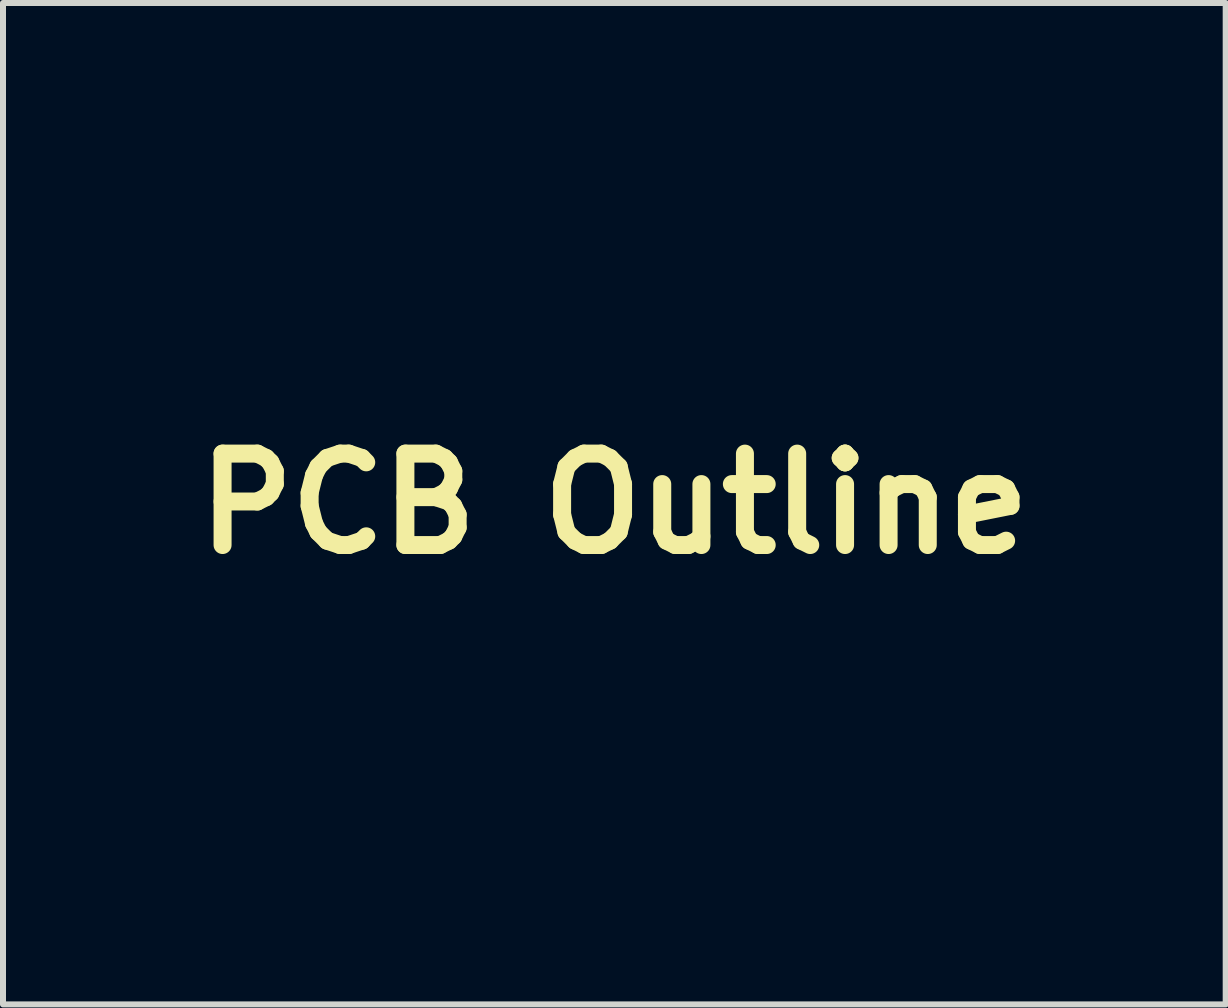
<source format=kicad_pcb>
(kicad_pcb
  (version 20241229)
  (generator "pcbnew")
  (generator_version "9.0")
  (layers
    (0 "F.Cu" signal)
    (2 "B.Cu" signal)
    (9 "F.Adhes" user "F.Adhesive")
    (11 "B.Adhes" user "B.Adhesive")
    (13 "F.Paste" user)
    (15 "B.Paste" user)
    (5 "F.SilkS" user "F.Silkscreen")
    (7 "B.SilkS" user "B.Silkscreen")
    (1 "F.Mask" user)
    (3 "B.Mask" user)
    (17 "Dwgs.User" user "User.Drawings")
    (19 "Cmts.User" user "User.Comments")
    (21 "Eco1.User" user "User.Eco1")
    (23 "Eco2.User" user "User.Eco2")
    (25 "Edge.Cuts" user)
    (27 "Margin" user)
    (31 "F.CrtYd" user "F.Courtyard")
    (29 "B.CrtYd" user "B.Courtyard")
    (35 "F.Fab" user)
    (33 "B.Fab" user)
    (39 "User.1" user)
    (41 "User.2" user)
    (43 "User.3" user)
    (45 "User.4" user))
  (footprint "PCB Outline"
    (layer "F.Cu")
    (at 7.192 5.347)
    (property "Reference" "PCB Outline" (at 0 0 0) (layer "F.SilkS") (effects (font (size 1.524 1.524) (thickness 0.3))))
    (attr board_only exclude_from_pos_files exclude_from_bom)
    (fp_poly (pts (xy -0.876 -5.297) (xy -0.675 -5.297) (xy -0.463 -5.297) (xy -0.239 -5.297) (xy -0.003 -5.297) (xy 0.06 -5.297) (xy 2.682 -5.295) (xy 2.751 -5.281) (xy 2.859 -5.255) (xy 2.961 -5.217) (xy 3.058 -5.171) (xy 3.148 -5.114) (xy 3.231 -5.05) (xy 3.306 -4.977) (xy 3.374 -4.897) (xy 3.432 -4.81) (xy 3.482 -4.716) (xy 3.522 -4.617) (xy 3.551 -4.513) (xy 3.57 -4.404) (xy 3.572 -4.392) (xy 3.572 -4.382) (xy 3.572 -4.361) (xy 3.573 -4.328) (xy 3.573 -4.285) (xy 3.574 -4.231) (xy 3.574 -4.167) (xy 3.574 -4.093) (xy 3.575 -4.01) (xy 3.575 -3.917) (xy 3.575 -3.816) (xy 3.575 -3.707) (xy 3.576 -3.59) (xy 3.576 -3.465) (xy 3.576 -3.332) (xy 3.576 -3.193) (xy 3.577 -3.048) (xy 3.577 -2.896) (xy 3.577 -2.739) (xy 3.577 -2.576) (xy 3.577 -2.409) (xy 3.578 -2.236) (xy 3.578 -2.06) (xy 3.578 -1.879) (xy 3.578 -1.695) (xy 3.578 -1.508) (xy 3.578 -1.317) (xy 3.578 -1.125) (xy 3.578 -0.93) (xy 3.578 -0.734) (xy 3.578 -0.536) (xy 3.578 -0.337) (xy 3.578 -0.138) (xy 3.578 0.062) (xy 3.578 0.261) (xy 3.578 0.46) (xy 3.578 0.658) (xy 3.578 0.855) (xy 3.578 1.051) (xy 3.578 1.244) (xy 3.578 1.435) (xy 3.578 1.623) (xy 3.578 1.809) (xy 3.578 1.991) (xy 3.578 2.169) (xy 3.577 2.343) (xy 3.577 2.512) (xy 3.577 2.677) (xy 3.577 2.836) (xy 3.577 2.99) (xy 3.577 3.138) (xy 3.576 3.279) (xy 3.576 3.414) (xy 3.576 3.541) (xy 3.576 3.661) (xy 3.575 3.774) (xy 3.575 3.878) (xy 3.575 3.973) (xy 3.574 4.06) (xy 3.574 4.137) (xy 3.574 4.205) (xy 3.573 4.263) (xy 3.573 4.31) (xy 3.573 4.347) (xy 3.572 4.372) (xy 3.572 4.386) (xy 3.572 4.388) (xy 3.555 4.496) (xy 3.527 4.6) (xy 3.489 4.699) (xy 3.442 4.793) (xy 3.385 4.88) (xy 3.32 4.961) (xy 3.247 5.035) (xy 3.166 5.101) (xy 3.078 5.158) (xy 2.985 5.207) (xy 2.885 5.245) (xy 2.78 5.273) (xy 2.774 5.274) (xy 2.742 5.28) (xy 2.704 5.285) (xy 2.664 5.29) (xy 2.634 5.292) (xy 2.624 5.293) (xy 2.601 5.293) (xy 2.568 5.293) (xy 2.525 5.294) (xy 2.471 5.294) (xy 2.408 5.294) (xy 2.335 5.294) (xy 2.254 5.295) (xy 2.164 5.295) (xy 2.066 5.295) (xy 1.961 5.295) (xy 1.849 5.296) (xy 1.73 5.296) (xy 1.605 5.296) (xy 1.474 5.296) (xy 1.337 5.297) (xy 1.196 5.297) (xy 1.05 5.297) (xy 0.9 5.297) (xy 0.747 5.297) (xy 0.59 5.297) (xy 0.431 5.297) (xy 0.269 5.298) (xy 0.105 5.298) (xy -0.06 5.298) (xy -0.226 5.298) (xy -0.393 5.298) (xy -0.56 5.298) (xy -0.727 5.298) (xy -0.893 5.298) (xy -1.058 5.298) (xy -1.222 5.298) (xy -1.383 5.298) (xy -1.542 5.298) (xy -1.699 5.298) (xy -1.852 5.298) (xy -2.001 5.298) (xy -2.146 5.298) (xy -2.287 5.298) (xy -2.423 5.298) (xy -2.553 5.297) (xy -2.677 5.297) (xy -2.796 5.297) (xy -2.907 5.297) (xy -3.011 5.297) (xy -3.108 5.297) (xy -3.197 5.296) (xy -3.277 5.296) (xy -3.349 5.296) (xy -3.411 5.296) (xy -3.463 5.295) (xy -3.506 5.295) (xy -3.538 5.295) (xy -3.558 5.295) (xy -3.568 5.294) (xy -3.568 5.294) (xy -3.568 5.288) (xy -3.569 5.27) (xy -3.569 5.241) (xy -3.569 5.201) (xy -3.569 5.15) (xy -3.569 5.089) (xy -3.57 5.018) (xy -3.57 4.938) (xy -3.57 4.848) (xy -3.57 4.75) (xy -3.57 4.643) (xy -3.571 4.527) (xy -3.571 4.404) (xy -3.571 4.274) (xy -3.571 4.136) (xy -3.571 3.991) (xy -3.571 3.84) (xy -3.571 3.683) (xy -3.571 3.52) (xy -3.572 3.352) (xy -3.572 3.178) (xy -3.572 3) (xy -3.572 2.818) (xy -3.572 2.631) (xy -3.572 2.441) (xy -3.572 2.247) (xy -3.572 2.05) (xy -3.572 1.851) (xy -3.572 1.649) (xy -3.572 1.446) (xy -3.572 1.241) (xy -3.572 1.034) (xy -3.572 0.827) (xy -3.572 0.619) (xy -3.572 0.41) (xy -3.572 0.202) (xy -3.572 -0.006) (xy -3.572 -0.213) (xy -3.572 -0.419) (xy -3.571 -0.623) (xy -3.571 -0.825) (xy -3.571 -1.026) (xy -3.571 -1.224) (xy -3.571 -1.419) (xy -3.571 -1.61) (xy -3.571 -1.799) (xy -3.571 -1.983) (xy -3.571 -2.163) (xy -3.57 -2.339) (xy -3.57 -2.509) (xy -3.57 -2.674) (xy -3.57 -2.834) (xy -3.57 -2.988) (xy -3.57 -3.09) (xy -2.363 -3.09) (xy -2.354 -2.989) (xy -2.333 -2.89) (xy -2.302 -2.795) (xy -2.261 -2.704) (xy -2.209 -2.618) (xy -2.148 -2.538) (xy -2.091 -2.478) (xy -2.011 -2.409) (xy -1.926 -2.352) (xy -1.836 -2.305) (xy -1.741 -2.269) (xy -1.643 -2.244) (xy -1.542 -2.23) (xy -1.438 -2.228) (xy -1.343 -2.236) (xy -1.247 -2.255) (xy -1.153 -2.285) (xy -1.063 -2.325) (xy -0.977 -2.374) (xy -0.898 -2.432) (xy -0.826 -2.498) (xy -0.793 -2.535) (xy -0.729 -2.619) (xy -0.676 -2.707) (xy -0.634 -2.8) (xy -0.603 -2.898) (xy -0.584 -2.999) (xy -0.582 -3.018) (xy 1.083 -3.018) (xy 1.083 -2.931) (xy 1.094 -2.844) (xy 1.114 -2.76) (xy 1.143 -2.679) (xy 1.182 -2.601) (xy 1.229 -2.528) (xy 1.285 -2.461) (xy 1.35 -2.4) (xy 1.422 -2.347) (xy 1.478 -2.315) (xy 1.542 -2.286) (xy 1.611 -2.261) (xy 1.68 -2.243) (xy 1.735 -2.234) (xy 1.766 -2.231) (xy 1.805 -2.23) (xy 1.848 -2.231) (xy 1.89 -2.233) (xy 1.927 -2.236) (xy 1.948 -2.239) (xy 2.041 -2.261) (xy 2.129 -2.293) (xy 2.211 -2.336) (xy 2.287 -2.389) (xy 2.35 -2.445) (xy 2.414 -2.516) (xy 2.467 -2.593) (xy 2.509 -2.676) (xy 2.541 -2.763) (xy 2.562 -2.854) (xy 2.562 -2.859) (xy 2.571 -2.952) (xy 2.568 -3.045) (xy 2.553 -3.136) (xy 2.527 -3.225) (xy 2.491 -3.31) (xy 2.45 -3.382) (xy 2.394 -3.456) (xy 2.331 -3.522) (xy 2.263 -3.578) (xy 2.191 -3.624) (xy 2.114 -3.662) (xy 2.034 -3.689) (xy 1.952 -3.708) (xy 1.869 -3.717) (xy 1.785 -3.718) (xy 1.702 -3.708) (xy 1.62 -3.69) (xy 1.541 -3.662) (xy 1.464 -3.626) (xy 1.391 -3.58) (xy 1.324 -3.524) (xy 1.261 -3.46) (xy 1.206 -3.387) (xy 1.186 -3.356) (xy 1.144 -3.275) (xy 1.113 -3.191) (xy 1.093 -3.105) (xy 1.083 -3.018) (xy -0.582 -3.018) (xy -0.576 -3.103) (xy -0.575 -3.123) (xy -0.581 -3.226) (xy -0.598 -3.326) (xy -0.625 -3.421) (xy -0.663 -3.512) (xy -0.71 -3.597) (xy -0.767 -3.677) (xy -0.831 -3.75) (xy -0.904 -3.815) (xy -0.985 -3.873) (xy -1.073 -3.922) (xy -1.167 -3.963) (xy -1.268 -3.994) (xy -1.301 -4.001) (xy -1.334 -4.007) (xy -1.376 -4.01) (xy -1.424 -4.012) (xy -1.475 -4.013) (xy -1.525 -4.012) (xy -1.572 -4.01) (xy -1.612 -4.006) (xy -1.636 -4.002) (xy -1.739 -3.974) (xy -1.837 -3.937) (xy -1.928 -3.89) (xy -2.011 -3.834) (xy -2.088 -3.769) (xy -2.156 -3.697) (xy -2.216 -3.617) (xy -2.266 -3.529) (xy -2.307 -3.435) (xy -2.317 -3.408) (xy -2.334 -3.353) (xy -2.346 -3.303) (xy -2.354 -3.253) (xy -2.36 -3.196) (xy -2.361 -3.192) (xy -2.363 -3.09) (xy -3.57 -3.09) (xy -3.57 -3.135) (xy -3.569 -3.276) (xy -3.569 -3.41) (xy -3.569 -3.536) (xy -3.569 -3.655) (xy -3.569 -3.765) (xy -3.568 -3.868) (xy -3.568 -3.961) (xy -3.568 -4.046) (xy -3.568 -4.121) (xy -3.568 -4.186) (xy -3.567 -4.241) (xy -3.567 -4.286) (xy -3.567 -4.32) (xy -3.567 -4.342) (xy -3.566 -4.354) (xy -3.566 -4.354) (xy -3.553 -4.466) (xy -3.529 -4.573) (xy -3.494 -4.674) (xy -3.448 -4.771) (xy -3.391 -4.862) (xy -3.359 -4.906) (xy -3.285 -4.99) (xy -3.205 -5.065) (xy -3.119 -5.13) (xy -3.026 -5.184) (xy -2.928 -5.228) (xy -2.825 -5.261) (xy -2.717 -5.283) (xy -2.64 -5.292) (xy -2.628 -5.293) (xy -2.607 -5.293) (xy -2.576 -5.294) (xy -2.535 -5.294) (xy -2.484 -5.295) (xy -2.423 -5.295) (xy -2.353 -5.296) (xy -2.272 -5.296) (xy -2.181 -5.296) (xy -2.079 -5.296) (xy -1.967 -5.297) (xy -1.844 -5.297) (xy -1.71 -5.297) (xy -1.566 -5.297) (xy -1.41 -5.297) (xy -1.243 -5.297) (xy -1.065 -5.297)) (stroke (width 0.1) (type solid)) (fill no) (layer "Eco1.User")))
  (gr_rect
    (start -3 -3)
    (end 17.384 13.695)
    (stroke (width 0.1) (type default))
    (fill no)
    (layer "Edge.Cuts")))
</source>
